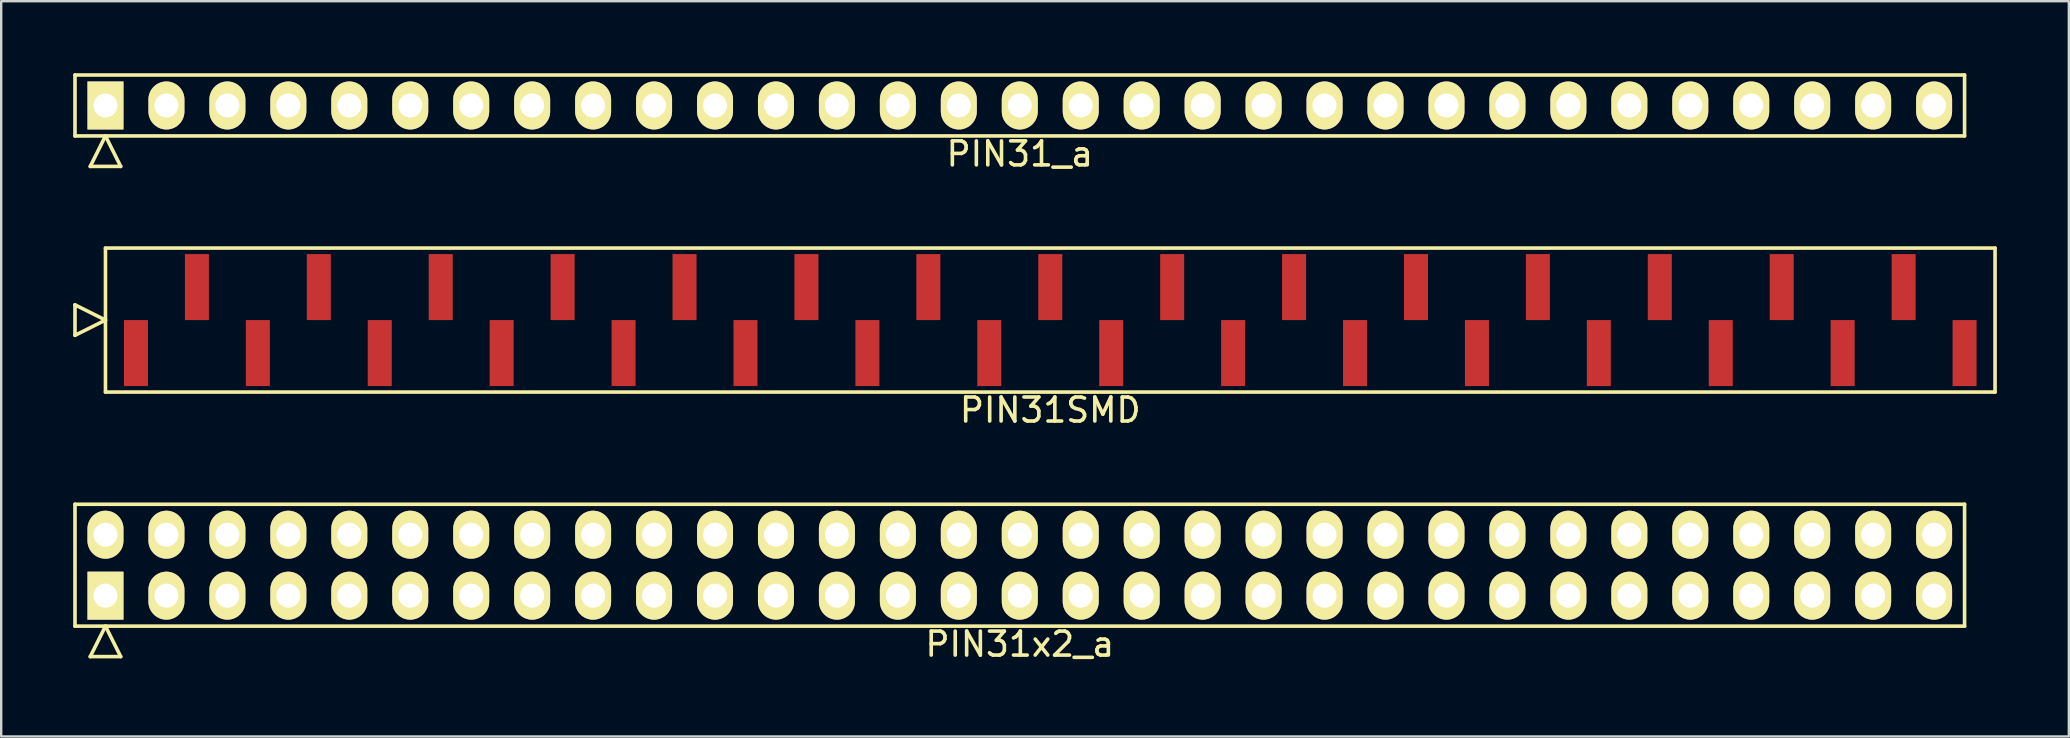
<source format=kicad_pcb>
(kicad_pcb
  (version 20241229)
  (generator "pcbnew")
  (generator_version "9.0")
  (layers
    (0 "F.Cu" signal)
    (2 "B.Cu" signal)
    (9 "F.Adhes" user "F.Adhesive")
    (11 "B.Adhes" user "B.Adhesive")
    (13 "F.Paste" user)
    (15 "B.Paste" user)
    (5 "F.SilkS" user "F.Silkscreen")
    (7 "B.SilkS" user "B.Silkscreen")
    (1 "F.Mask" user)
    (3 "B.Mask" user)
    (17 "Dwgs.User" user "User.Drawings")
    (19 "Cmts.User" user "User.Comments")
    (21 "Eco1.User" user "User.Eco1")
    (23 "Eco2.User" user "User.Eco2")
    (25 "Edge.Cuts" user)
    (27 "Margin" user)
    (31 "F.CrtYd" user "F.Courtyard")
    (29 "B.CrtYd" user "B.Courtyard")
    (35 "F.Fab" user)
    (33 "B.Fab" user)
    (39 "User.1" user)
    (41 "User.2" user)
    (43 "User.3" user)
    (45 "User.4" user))
  (footprint "PIN31_a"
    (layer "F.Cu")
    (at 39.445 1.345)
    (property "Reference" "PIN31_a" (at 0 2.02 0) (layer "F.SilkS") (effects (font (size 1 1) (thickness 0.15))))
    (attr through_hole)
    (fp_line (start -39.37 -1.27) (end -39.37 1.27) (stroke (width 0.15) (type solid)) (layer "F.SilkS"))
    (fp_line (start -39.37 1.27) (end 39.37 1.27) (stroke (width 0.15) (type solid)) (layer "F.SilkS"))
    (fp_line (start -38.735 2.54) (end -38.1 1.27) (stroke (width 0.15) (type solid)) (layer "F.SilkS"))
    (fp_line (start -38.735 2.54) (end -37.465 2.54) (stroke (width 0.15) (type solid)) (layer "F.SilkS"))
    (fp_line (start -37.465 2.54) (end -38.1 1.27) (stroke (width 0.15) (type solid)) (layer "F.SilkS"))
    (fp_line (start 39.37 -1.27) (end -39.37 -1.27) (stroke (width 0.15) (type solid)) (layer "F.SilkS"))
    (fp_line (start 39.37 1.27) (end 39.37 -1.27) (stroke (width 0.15) (type solid)) (layer "F.SilkS"))
    (pad "1" thru_hole rect (at -38.1 0) (size 1.5 2) (drill 1) (layers "*.Cu" "*.Mask" "F.SilkS"))
    (pad "2" thru_hole oval (at -35.56 0) (size 1.5 2) (drill 1) (layers "*.Cu" "*.Mask" "F.SilkS"))
    (pad "3" thru_hole oval (at -33.02 0) (size 1.5 2) (drill 1) (layers "*.Cu" "*.Mask" "F.SilkS"))
    (pad "4" thru_hole oval (at -30.48 0) (size 1.5 2) (drill 1) (layers "*.Cu" "*.Mask" "F.SilkS"))
    (pad "5" thru_hole oval (at -27.94 0) (size 1.5 2) (drill 1) (layers "*.Cu" "*.Mask" "F.SilkS"))
    (pad "6" thru_hole oval (at -25.4 0) (size 1.5 2) (drill 1) (layers "*.Cu" "*.Mask" "F.SilkS"))
    (pad "7" thru_hole oval (at -22.86 0) (size 1.5 2) (drill 1) (layers "*.Cu" "*.Mask" "F.SilkS"))
    (pad "8" thru_hole oval (at -20.32 0) (size 1.5 2) (drill 1) (layers "*.Cu" "*.Mask" "F.SilkS"))
    (pad "9" thru_hole oval (at -17.78 0) (size 1.5 2) (drill 1) (layers "*.Cu" "*.Mask" "F.SilkS"))
    (pad "10" thru_hole oval (at -15.24 0) (size 1.5 2) (drill 1) (layers "*.Cu" "*.Mask" "F.SilkS"))
    (pad "11" thru_hole oval (at -12.7 0) (size 1.5 2) (drill 1) (layers "*.Cu" "*.Mask" "F.SilkS"))
    (pad "12" thru_hole oval (at -10.16 0) (size 1.5 2) (drill 1) (layers "*.Cu" "*.Mask" "F.SilkS"))
    (pad "13" thru_hole oval (at -7.62 0) (size 1.5 2) (drill 1) (layers "*.Cu" "*.Mask" "F.SilkS"))
    (pad "14" thru_hole oval (at -5.08 0) (size 1.5 2) (drill 1) (layers "*.Cu" "*.Mask" "F.SilkS"))
    (pad "15" thru_hole oval (at -2.54 0) (size 1.5 2) (drill 1) (layers "*.Cu" "*.Mask" "F.SilkS"))
    (pad "16" thru_hole oval (at 0 0) (size 1.5 2) (drill 1) (layers "*.Cu" "*.Mask" "F.SilkS"))
    (pad "17" thru_hole oval (at 2.54 0) (size 1.5 2) (drill 1) (layers "*.Cu" "*.Mask" "F.SilkS"))
    (pad "18" thru_hole oval (at 5.08 0) (size 1.5 2) (drill 1) (layers "*.Cu" "*.Mask" "F.SilkS"))
    (pad "19" thru_hole oval (at 7.62 0) (size 1.5 2) (drill 1) (layers "*.Cu" "*.Mask" "F.SilkS"))
    (pad "20" thru_hole oval (at 10.16 0) (size 1.5 2) (drill 1) (layers "*.Cu" "*.Mask" "F.SilkS"))
    (pad "21" thru_hole oval (at 12.7 0) (size 1.5 2) (drill 1) (layers "*.Cu" "*.Mask" "F.SilkS"))
    (pad "22" thru_hole oval (at 15.24 0) (size 1.5 2) (drill 1) (layers "*.Cu" "*.Mask" "F.SilkS"))
    (pad "23" thru_hole oval (at 17.78 0) (size 1.5 2) (drill 1) (layers "*.Cu" "*.Mask" "F.SilkS"))
    (pad "24" thru_hole oval (at 20.32 0) (size 1.5 2) (drill 1) (layers "*.Cu" "*.Mask" "F.SilkS"))
    (pad "25" thru_hole oval (at 22.86 0) (size 1.5 2) (drill 1) (layers "*.Cu" "*.Mask" "F.SilkS"))
    (pad "26" thru_hole oval (at 25.4 0) (size 1.5 2) (drill 1) (layers "*.Cu" "*.Mask" "F.SilkS"))
    (pad "27" thru_hole oval (at 27.94 0) (size 1.5 2) (drill 1) (layers "*.Cu" "*.Mask" "F.SilkS"))
    (pad "28" thru_hole oval (at 30.48 0) (size 1.5 2) (drill 1) (layers "*.Cu" "*.Mask" "F.SilkS"))
    (pad "29" thru_hole oval (at 33.02 0) (size 1.5 2) (drill 1) (layers "*.Cu" "*.Mask" "F.SilkS"))
    (pad "30" thru_hole oval (at 35.56 0) (size 1.5 2) (drill 1) (layers "*.Cu" "*.Mask" "F.SilkS"))
    (pad "31" thru_hole oval (at 38.1 0) (size 1.5 2) (drill 1) (layers "*.Cu" "*.Mask" "F.SilkS")))
  (footprint "PIN31x2_a"
    (layer "F.Cu")
    (at 39.445 20.502)
    (property "Reference" "PIN31x2_a" (at 0 3.29 0) (layer "F.SilkS") (effects (font (size 1 1) (thickness 0.15))))
    (attr through_hole)
    (fp_line (start -39.37 -2.54) (end -39.37 2.54) (stroke (width 0.15) (type solid)) (layer "F.SilkS"))
    (fp_line (start -39.37 2.54) (end 39.37 2.54) (stroke (width 0.15) (type solid)) (layer "F.SilkS"))
    (fp_line (start -38.735 3.81) (end -38.1 2.54) (stroke (width 0.15) (type solid)) (layer "F.SilkS"))
    (fp_line (start -38.735 3.81) (end -37.465 3.81) (stroke (width 0.15) (type solid)) (layer "F.SilkS"))
    (fp_line (start -37.465 3.81) (end -38.1 2.54) (stroke (width 0.15) (type solid)) (layer "F.SilkS"))
    (fp_line (start 39.37 -2.54) (end -39.37 -2.54) (stroke (width 0.15) (type solid)) (layer "F.SilkS"))
    (fp_line (start 39.37 2.54) (end 39.37 -2.54) (stroke (width 0.15) (type solid)) (layer "F.SilkS"))
    (pad "1" thru_hole rect (at -38.1 1.27) (size 1.5 2) (drill 1) (layers "*.Cu" "*.Mask" "F.SilkS"))
    (pad "2" thru_hole oval (at -38.1 -1.27) (size 1.5 2) (drill 1) (layers "*.Cu" "*.Mask" "F.SilkS"))
    (pad "3" thru_hole oval (at -35.56 1.27) (size 1.5 2) (drill 1) (layers "*.Cu" "*.Mask" "F.SilkS"))
    (pad "4" thru_hole oval (at -35.56 -1.27) (size 1.5 2) (drill 1) (layers "*.Cu" "*.Mask" "F.SilkS"))
    (pad "5" thru_hole oval (at -33.02 1.27) (size 1.5 2) (drill 1) (layers "*.Cu" "*.Mask" "F.SilkS"))
    (pad "6" thru_hole oval (at -33.02 -1.27) (size 1.5 2) (drill 1) (layers "*.Cu" "*.Mask" "F.SilkS"))
    (pad "7" thru_hole oval (at -30.48 1.27) (size 1.5 2) (drill 1) (layers "*.Cu" "*.Mask" "F.SilkS"))
    (pad "8" thru_hole oval (at -30.48 -1.27) (size 1.5 2) (drill 1) (layers "*.Cu" "*.Mask" "F.SilkS"))
    (pad "9" thru_hole oval (at -27.94 1.27) (size 1.5 2) (drill 1) (layers "*.Cu" "*.Mask" "F.SilkS"))
    (pad "10" thru_hole oval (at -27.94 -1.27) (size 1.5 2) (drill 1) (layers "*.Cu" "*.Mask" "F.SilkS"))
    (pad "11" thru_hole oval (at -25.4 1.27) (size 1.5 2) (drill 1) (layers "*.Cu" "*.Mask" "F.SilkS"))
    (pad "12" thru_hole oval (at -25.4 -1.27) (size 1.5 2) (drill 1) (layers "*.Cu" "*.Mask" "F.SilkS"))
    (pad "13" thru_hole oval (at -22.86 1.27) (size 1.5 2) (drill 1) (layers "*.Cu" "*.Mask" "F.SilkS"))
    (pad "14" thru_hole oval (at -22.86 -1.27) (size 1.5 2) (drill 1) (layers "*.Cu" "*.Mask" "F.SilkS"))
    (pad "15" thru_hole oval (at -20.32 1.27) (size 1.5 2) (drill 1) (layers "*.Cu" "*.Mask" "F.SilkS"))
    (pad "16" thru_hole oval (at -20.32 -1.27) (size 1.5 2) (drill 1) (layers "*.Cu" "*.Mask" "F.SilkS"))
    (pad "17" thru_hole oval (at -17.78 1.27) (size 1.5 2) (drill 1) (layers "*.Cu" "*.Mask" "F.SilkS"))
    (pad "18" thru_hole oval (at -17.78 -1.27) (size 1.5 2) (drill 1) (layers "*.Cu" "*.Mask" "F.SilkS"))
    (pad "19" thru_hole oval (at -15.24 1.27) (size 1.5 2) (drill 1) (layers "*.Cu" "*.Mask" "F.SilkS"))
    (pad "20" thru_hole oval (at -15.24 -1.27) (size 1.5 2) (drill 1) (layers "*.Cu" "*.Mask" "F.SilkS"))
    (pad "21" thru_hole oval (at -12.7 1.27) (size 1.5 2) (drill 1) (layers "*.Cu" "*.Mask" "F.SilkS"))
    (pad "22" thru_hole oval (at -12.7 -1.27) (size 1.5 2) (drill 1) (layers "*.Cu" "*.Mask" "F.SilkS"))
    (pad "23" thru_hole oval (at -10.16 1.27) (size 1.5 2) (drill 1) (layers "*.Cu" "*.Mask" "F.SilkS"))
    (pad "24" thru_hole oval (at -10.16 -1.27) (size 1.5 2) (drill 1) (layers "*.Cu" "*.Mask" "F.SilkS"))
    (pad "25" thru_hole oval (at -7.62 1.27) (size 1.5 2) (drill 1) (layers "*.Cu" "*.Mask" "F.SilkS"))
    (pad "26" thru_hole oval (at -7.62 -1.27) (size 1.5 2) (drill 1) (layers "*.Cu" "*.Mask" "F.SilkS"))
    (pad "27" thru_hole oval (at -5.08 1.27) (size 1.5 2) (drill 1) (layers "*.Cu" "*.Mask" "F.SilkS"))
    (pad "28" thru_hole oval (at -5.08 -1.27) (size 1.5 2) (drill 1) (layers "*.Cu" "*.Mask" "F.SilkS"))
    (pad "29" thru_hole oval (at -2.54 1.27) (size 1.5 2) (drill 1) (layers "*.Cu" "*.Mask" "F.SilkS"))
    (pad "30" thru_hole oval (at -2.54 -1.27) (size 1.5 2) (drill 1) (layers "*.Cu" "*.Mask" "F.SilkS"))
    (pad "31" thru_hole oval (at 0 1.27) (size 1.5 2) (drill 1) (layers "*.Cu" "*.Mask" "F.SilkS"))
    (pad "32" thru_hole oval (at 0 -1.27) (size 1.5 2) (drill 1) (layers "*.Cu" "*.Mask" "F.SilkS"))
    (pad "33" thru_hole oval (at 2.54 1.27) (size 1.5 2) (drill 1) (layers "*.Cu" "*.Mask" "F.SilkS"))
    (pad "34" thru_hole oval (at 2.54 -1.27) (size 1.5 2) (drill 1) (layers "*.Cu" "*.Mask" "F.SilkS"))
    (pad "35" thru_hole oval (at 5.08 1.27) (size 1.5 2) (drill 1) (layers "*.Cu" "*.Mask" "F.SilkS"))
    (pad "36" thru_hole oval (at 5.08 -1.27) (size 1.5 2) (drill 1) (layers "*.Cu" "*.Mask" "F.SilkS"))
    (pad "37" thru_hole oval (at 7.62 1.27) (size 1.5 2) (drill 1) (layers "*.Cu" "*.Mask" "F.SilkS"))
    (pad "38" thru_hole oval (at 7.62 -1.27) (size 1.5 2) (drill 1) (layers "*.Cu" "*.Mask" "F.SilkS"))
    (pad "39" thru_hole oval (at 10.16 1.27) (size 1.5 2) (drill 1) (layers "*.Cu" "*.Mask" "F.SilkS"))
    (pad "40" thru_hole oval (at 10.16 -1.27) (size 1.5 2) (drill 1) (layers "*.Cu" "*.Mask" "F.SilkS"))
    (pad "41" thru_hole oval (at 12.7 1.27) (size 1.5 2) (drill 1) (layers "*.Cu" "*.Mask" "F.SilkS"))
    (pad "42" thru_hole oval (at 12.7 -1.27) (size 1.5 2) (drill 1) (layers "*.Cu" "*.Mask" "F.SilkS"))
    (pad "43" thru_hole oval (at 15.24 1.27) (size 1.5 2) (drill 1) (layers "*.Cu" "*.Mask" "F.SilkS"))
    (pad "44" thru_hole oval (at 15.24 -1.27) (size 1.5 2) (drill 1) (layers "*.Cu" "*.Mask" "F.SilkS"))
    (pad "45" thru_hole oval (at 17.78 1.27) (size 1.5 2) (drill 1) (layers "*.Cu" "*.Mask" "F.SilkS"))
    (pad "46" thru_hole oval (at 17.78 -1.27) (size 1.5 2) (drill 1) (layers "*.Cu" "*.Mask" "F.SilkS"))
    (pad "47" thru_hole oval (at 20.32 1.27) (size 1.5 2) (drill 1) (layers "*.Cu" "*.Mask" "F.SilkS"))
    (pad "48" thru_hole oval (at 20.32 -1.27) (size 1.5 2) (drill 1) (layers "*.Cu" "*.Mask" "F.SilkS"))
    (pad "49" thru_hole oval (at 22.86 1.27) (size 1.5 2) (drill 1) (layers "*.Cu" "*.Mask" "F.SilkS"))
    (pad "50" thru_hole oval (at 22.86 -1.27) (size 1.5 2) (drill 1) (layers "*.Cu" "*.Mask" "F.SilkS"))
    (pad "51" thru_hole oval (at 25.4 1.27) (size 1.5 2) (drill 1) (layers "*.Cu" "*.Mask" "F.SilkS"))
    (pad "52" thru_hole oval (at 25.4 -1.27) (size 1.5 2) (drill 1) (layers "*.Cu" "*.Mask" "F.SilkS"))
    (pad "53" thru_hole oval (at 27.94 1.27) (size 1.5 2) (drill 1) (layers "*.Cu" "*.Mask" "F.SilkS"))
    (pad "54" thru_hole oval (at 27.94 -1.27) (size 1.5 2) (drill 1) (layers "*.Cu" "*.Mask" "F.SilkS"))
    (pad "55" thru_hole oval (at 30.48 1.27) (size 1.5 2) (drill 1) (layers "*.Cu" "*.Mask" "F.SilkS"))
    (pad "56" thru_hole oval (at 30.48 -1.27) (size 1.5 2) (drill 1) (layers "*.Cu" "*.Mask" "F.SilkS"))
    (pad "57" thru_hole oval (at 33.02 1.27) (size 1.5 2) (drill 1) (layers "*.Cu" "*.Mask" "F.SilkS"))
    (pad "58" thru_hole oval (at 33.02 -1.27) (size 1.5 2) (drill 1) (layers "*.Cu" "*.Mask" "F.SilkS"))
    (pad "59" thru_hole oval (at 35.56 1.27) (size 1.5 2) (drill 1) (layers "*.Cu" "*.Mask" "F.SilkS"))
    (pad "60" thru_hole oval (at 35.56 -1.27) (size 1.5 2) (drill 1) (layers "*.Cu" "*.Mask" "F.SilkS"))
    (pad "61" thru_hole oval (at 38.1 1.27) (size 1.5 2) (drill 1) (layers "*.Cu" "*.Mask" "F.SilkS"))
    (pad "62" thru_hole oval (at 38.1 -1.27) (size 1.5 2) (drill 1) (layers "*.Cu" "*.Mask" "F.SilkS")))
  (footprint "PIN31SMD"
    (layer "F.Cu")
    (at 40.715 10.288)
    (property "Reference" "PIN31SMD" (at 0 3.75 0) (layer "F.SilkS") (effects (font (size 1 1) (thickness 0.15))))
    (attr through_hole)
    (fp_line (start -40.64 0.635) (end -40.64 -0.635) (stroke (width 0.15) (type solid)) (layer "F.SilkS"))
    (fp_line (start -39.37 -3) (end -39.37 3) (stroke (width 0.15) (type solid)) (layer "F.SilkS"))
    (fp_line (start -39.37 0) (end -40.64 -0.635) (stroke (width 0.15) (type solid)) (layer "F.SilkS"))
    (fp_line (start -39.37 0) (end -40.64 0.635) (stroke (width 0.15) (type solid)) (layer "F.SilkS"))
    (fp_line (start -39.37 3) (end 39.37 3) (stroke (width 0.15) (type solid)) (layer "F.SilkS"))
    (fp_line (start 39.37 -3) (end -39.37 -3) (stroke (width 0.15) (type solid)) (layer "F.SilkS"))
    (fp_line (start 39.37 3) (end 39.37 -3) (stroke (width 0.15) (type solid)) (layer "F.SilkS"))
    (pad "1" smd rect (at -38.1 1.375) (size 1 2.75) (layers "F.Cu" "F.Mask" "F.Paste"))
    (pad "2" smd rect (at -35.56 -1.375) (size 1 2.75) (layers "F.Cu" "F.Mask" "F.Paste"))
    (pad "3" smd rect (at -33.02 1.375) (size 1 2.75) (layers "F.Cu" "F.Mask" "F.Paste"))
    (pad "4" smd rect (at -30.48 -1.375) (size 1 2.75) (layers "F.Cu" "F.Mask" "F.Paste"))
    (pad "5" smd rect (at -27.94 1.375) (size 1 2.75) (layers "F.Cu" "F.Mask" "F.Paste"))
    (pad "6" smd rect (at -25.4 -1.375) (size 1 2.75) (layers "F.Cu" "F.Mask" "F.Paste"))
    (pad "7" smd rect (at -22.86 1.375) (size 1 2.75) (layers "F.Cu" "F.Mask" "F.Paste"))
    (pad "8" smd rect (at -20.32 -1.375) (size 1 2.75) (layers "F.Cu" "F.Mask" "F.Paste"))
    (pad "9" smd rect (at -17.78 1.375) (size 1 2.75) (layers "F.Cu" "F.Mask" "F.Paste"))
    (pad "10" smd rect (at -15.24 -1.375) (size 1 2.75) (layers "F.Cu" "F.Mask" "F.Paste"))
    (pad "11" smd rect (at -12.7 1.375) (size 1 2.75) (layers "F.Cu" "F.Mask" "F.Paste"))
    (pad "12" smd rect (at -10.16 -1.375) (size 1 2.75) (layers "F.Cu" "F.Mask" "F.Paste"))
    (pad "13" smd rect (at -7.62 1.375) (size 1 2.75) (layers "F.Cu" "F.Mask" "F.Paste"))
    (pad "14" smd rect (at -5.08 -1.375) (size 1 2.75) (layers "F.Cu" "F.Mask" "F.Paste"))
    (pad "15" smd rect (at -2.54 1.375) (size 1 2.75) (layers "F.Cu" "F.Mask" "F.Paste"))
    (pad "16" smd rect (at 0 -1.375) (size 1 2.75) (layers "F.Cu" "F.Mask" "F.Paste"))
    (pad "17" smd rect (at 2.54 1.375) (size 1 2.75) (layers "F.Cu" "F.Mask" "F.Paste"))
    (pad "18" smd rect (at 5.08 -1.375) (size 1 2.75) (layers "F.Cu" "F.Mask" "F.Paste"))
    (pad "19" smd rect (at 7.62 1.375) (size 1 2.75) (layers "F.Cu" "F.Mask" "F.Paste"))
    (pad "20" smd rect (at 10.16 -1.375) (size 1 2.75) (layers "F.Cu" "F.Mask" "F.Paste"))
    (pad "21" smd rect (at 12.7 1.375) (size 1 2.75) (layers "F.Cu" "F.Mask" "F.Paste"))
    (pad "22" smd rect (at 15.24 -1.375) (size 1 2.75) (layers "F.Cu" "F.Mask" "F.Paste"))
    (pad "23" smd rect (at 17.78 1.375) (size 1 2.75) (layers "F.Cu" "F.Mask" "F.Paste"))
    (pad "24" smd rect (at 20.32 -1.375) (size 1 2.75) (layers "F.Cu" "F.Mask" "F.Paste"))
    (pad "25" smd rect (at 22.86 1.375) (size 1 2.75) (layers "F.Cu" "F.Mask" "F.Paste"))
    (pad "26" smd rect (at 25.4 -1.375) (size 1 2.75) (layers "F.Cu" "F.Mask" "F.Paste"))
    (pad "27" smd rect (at 27.94 1.375) (size 1 2.75) (layers "F.Cu" "F.Mask" "F.Paste"))
    (pad "28" smd rect (at 30.48 -1.375) (size 1 2.75) (layers "F.Cu" "F.Mask" "F.Paste"))
    (pad "29" smd rect (at 33.02 1.375) (size 1 2.75) (layers "F.Cu" "F.Mask" "F.Paste"))
    (pad "30" smd rect (at 35.56 -1.375) (size 1 2.75) (layers "F.Cu" "F.Mask" "F.Paste"))
    (pad "31" smd rect (at 38.1 1.375) (size 1 2.75) (layers "F.Cu" "F.Mask" "F.Paste")))
  (gr_rect
    (start -3 -3)
    (end 83.16 27.64)
    (stroke (width 0.1) (type default))
    (fill no)
    (layer "Edge.Cuts")))
</source>
